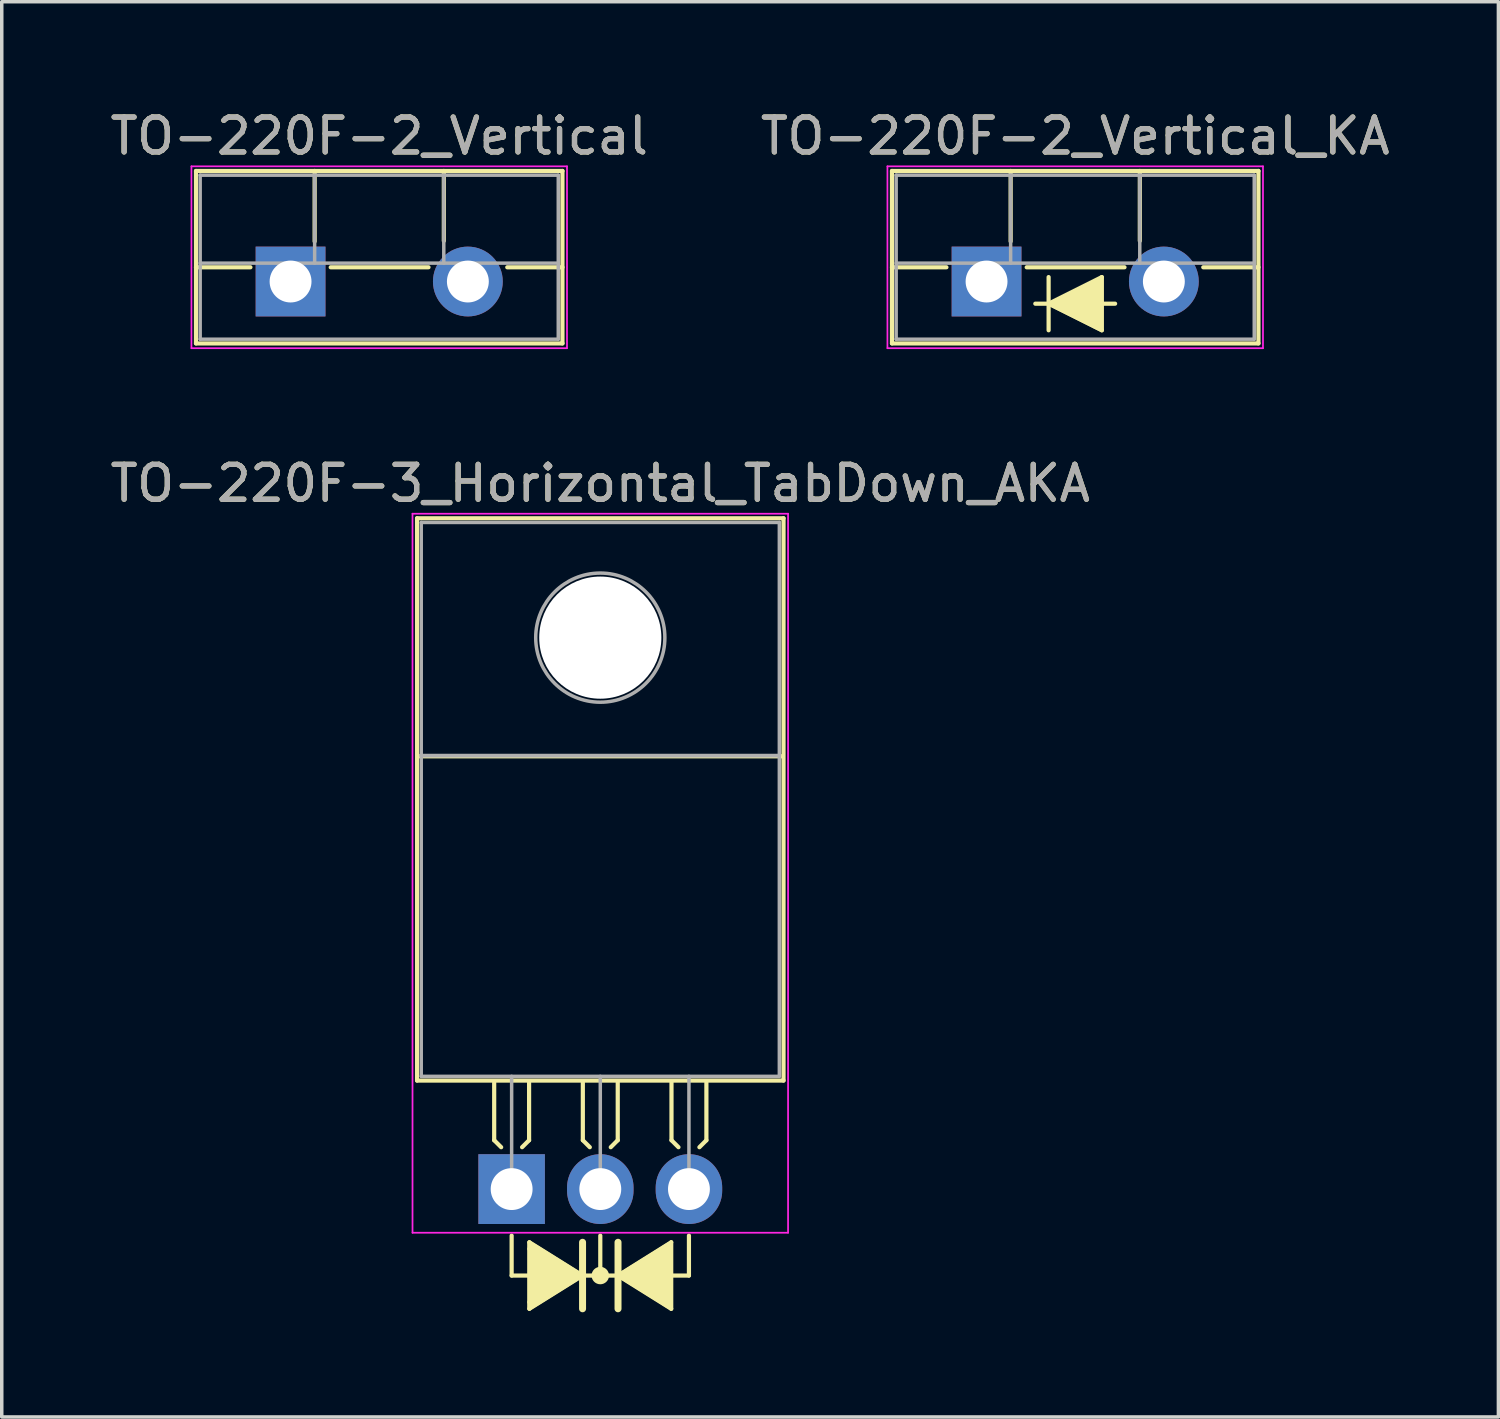
<source format=kicad_pcb>
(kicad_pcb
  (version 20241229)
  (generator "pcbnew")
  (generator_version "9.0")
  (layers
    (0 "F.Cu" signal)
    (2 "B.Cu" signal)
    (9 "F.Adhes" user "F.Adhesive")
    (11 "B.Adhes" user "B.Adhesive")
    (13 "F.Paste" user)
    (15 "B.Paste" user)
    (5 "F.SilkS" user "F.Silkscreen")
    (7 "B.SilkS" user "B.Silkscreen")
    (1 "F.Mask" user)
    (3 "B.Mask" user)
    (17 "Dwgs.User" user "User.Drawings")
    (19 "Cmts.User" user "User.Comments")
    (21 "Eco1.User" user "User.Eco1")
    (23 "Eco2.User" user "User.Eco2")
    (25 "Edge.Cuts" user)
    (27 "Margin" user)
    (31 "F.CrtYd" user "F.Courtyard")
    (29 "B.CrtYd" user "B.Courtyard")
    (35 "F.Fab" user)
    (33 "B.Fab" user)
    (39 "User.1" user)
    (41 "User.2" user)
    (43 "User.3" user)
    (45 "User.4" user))
  (footprint "TO-220F-2_Vertical"
    (layer "F.Cu")
    (at 5.275 5.016)
    (property "Reference" "TO-220F-2_Vertical" (at 2.54 -4.168 0) (layer "F.SilkS") (effects (font (size 1 1) (thickness 0.15))))
    (attr through_hole)
    (fp_line (start -2.71 -3.168) (end -2.71 1.773) (stroke (width 0.12) (type solid)) (layer "F.SilkS"))
    (fp_line (start -2.71 -3.168) (end 7.79 -3.168) (stroke (width 0.12) (type solid)) (layer "F.SilkS"))
    (fp_line (start -2.71 -0.408) (end -1.15 -0.408) (stroke (width 0.12) (type solid)) (layer "F.SilkS"))
    (fp_line (start -2.71 1.773) (end 7.79 1.773) (stroke (width 0.12) (type solid)) (layer "F.SilkS"))
    (fp_line (start 0.69 -3.168) (end 0.69 -1.15) (stroke (width 0.12) (type solid)) (layer "F.SilkS"))
    (fp_line (start 1.15 -0.408) (end 3.952 -0.408) (stroke (width 0.12) (type solid)) (layer "F.SilkS"))
    (fp_line (start 4.391 -3.168) (end 4.391 -1.165) (stroke (width 0.12) (type solid)) (layer "F.SilkS"))
    (fp_line (start 6.209 -0.408) (end 7.79 -0.408) (stroke (width 0.12) (type solid)) (layer "F.SilkS"))
    (fp_line (start 7.79 -3.168) (end 7.79 1.773) (stroke (width 0.12) (type solid)) (layer "F.SilkS"))
    (fp_line (start -2.84 -3.3) (end -2.84 1.91) (stroke (width 0.05) (type solid)) (layer "F.CrtYd"))
    (fp_line (start -2.84 1.91) (end 7.92 1.91) (stroke (width 0.05) (type solid)) (layer "F.CrtYd"))
    (fp_line (start 7.92 -3.3) (end -2.84 -3.3) (stroke (width 0.05) (type solid)) (layer "F.CrtYd"))
    (fp_line (start 7.92 1.91) (end 7.92 -3.3) (stroke (width 0.05) (type solid)) (layer "F.CrtYd"))
    (fp_line (start -2.59 -3.047) (end -2.59 1.653) (stroke (width 0.1) (type solid)) (layer "F.Fab"))
    (fp_line (start -2.59 -0.527) (end 7.67 -0.527) (stroke (width 0.1) (type solid)) (layer "F.Fab"))
    (fp_line (start -2.59 1.653) (end 7.67 1.653) (stroke (width 0.1) (type solid)) (layer "F.Fab"))
    (fp_line (start 0.69 -3.047) (end 0.69 -0.527) (stroke (width 0.1) (type solid)) (layer "F.Fab"))
    (fp_line (start 4.39 -3.047) (end 4.39 -0.527) (stroke (width 0.1) (type solid)) (layer "F.Fab"))
    (fp_line (start 7.67 -3.047) (end -2.59 -3.047) (stroke (width 0.1) (type solid)) (layer "F.Fab"))
    (fp_line (start 7.67 1.653) (end 7.67 -3.047) (stroke (width 0.1) (type solid)) (layer "F.Fab"))
    (fp_text user "${REFERENCE}" (at 2.54 -4.168 0) (layer "F.Fab") (effects (font (size 1 1) (thickness 0.15))))
    (pad "1" thru_hole rect (at 0 0) (size 2 2) (drill 1.2) (layers "*.Cu" "*.Mask"))
    (pad "2" thru_hole oval (at 5.08 0) (size 2 2) (drill 1.2) (layers "*.Cu" "*.Mask")))
  (footprint "TO-220F-2_Vertical_KA"
    (layer "F.Cu")
    (at 25.216 5.016)
    (property "Reference" "TO-220F-2_Vertical_KA" (at 2.54 -4.168 0) (layer "F.SilkS") (effects (font (size 1 1) (thickness 0.15))))
    (attr through_hole)
    (fp_line (start -2.71 -3.168) (end -2.71 1.773) (stroke (width 0.12) (type solid)) (layer "F.SilkS"))
    (fp_line (start -2.71 -3.168) (end 7.79 -3.168) (stroke (width 0.12) (type solid)) (layer "F.SilkS"))
    (fp_line (start -2.71 -0.408) (end -1.15 -0.408) (stroke (width 0.12) (type solid)) (layer "F.SilkS"))
    (fp_line (start -2.71 1.773) (end 7.79 1.773) (stroke (width 0.12) (type solid)) (layer "F.SilkS"))
    (fp_line (start 0.69 -3.168) (end 0.69 -1.15) (stroke (width 0.12) (type solid)) (layer "F.SilkS"))
    (fp_line (start 1.15 -0.408) (end 3.952 -0.408) (stroke (width 0.12) (type solid)) (layer "F.SilkS"))
    (fp_line (start 1.397 0.635) (end 1.778 0.635) (stroke (width 0.12) (type solid)) (layer "F.SilkS"))
    (fp_line (start 1.778 0.635) (end 1.778 -0.127) (stroke (width 0.12) (type solid)) (layer "F.SilkS"))
    (fp_line (start 1.778 0.635) (end 1.778 1.397) (stroke (width 0.12) (type solid)) (layer "F.SilkS"))
    (fp_line (start 1.778 0.635) (end 3.302 1.397) (stroke (width 0.12) (type solid)) (layer "F.SilkS"))
    (fp_line (start 3.302 -0.127) (end 1.778 0.635) (stroke (width 0.12) (type solid)) (layer "F.SilkS"))
    (fp_line (start 3.302 0.635) (end 3.683 0.635) (stroke (width 0.12) (type solid)) (layer "F.SilkS"))
    (fp_line (start 3.302 1.397) (end 3.302 -0.127) (stroke (width 0.12) (type solid)) (layer "F.SilkS"))
    (fp_line (start 4.391 -3.168) (end 4.391 -1.165) (stroke (width 0.12) (type solid)) (layer "F.SilkS"))
    (fp_line (start 6.209 -0.408) (end 7.79 -0.408) (stroke (width 0.12) (type solid)) (layer "F.SilkS"))
    (fp_line (start 7.79 -3.168) (end 7.79 1.773) (stroke (width 0.12) (type solid)) (layer "F.SilkS"))
    (fp_poly (pts (xy 3.3 1.4) (xy 1.8 0.65) (xy 3.3 -0.1)) (stroke (width 0.1) (type solid)) (fill yes) (layer "F.SilkS"))
    (fp_line (start -2.84 -3.3) (end -2.84 1.91) (stroke (width 0.05) (type solid)) (layer "F.CrtYd"))
    (fp_line (start -2.84 1.91) (end 7.92 1.91) (stroke (width 0.05) (type solid)) (layer "F.CrtYd"))
    (fp_line (start 7.92 -3.3) (end -2.84 -3.3) (stroke (width 0.05) (type solid)) (layer "F.CrtYd"))
    (fp_line (start 7.92 1.91) (end 7.92 -3.3) (stroke (width 0.05) (type solid)) (layer "F.CrtYd"))
    (fp_line (start -2.59 -3.047) (end -2.59 1.653) (stroke (width 0.1) (type solid)) (layer "F.Fab"))
    (fp_line (start -2.59 -0.527) (end 7.67 -0.527) (stroke (width 0.1) (type solid)) (layer "F.Fab"))
    (fp_line (start -2.59 1.653) (end 7.67 1.653) (stroke (width 0.1) (type solid)) (layer "F.Fab"))
    (fp_line (start 0.69 -3.047) (end 0.69 -0.527) (stroke (width 0.1) (type solid)) (layer "F.Fab"))
    (fp_line (start 4.39 -3.047) (end 4.39 -0.527) (stroke (width 0.1) (type solid)) (layer "F.Fab"))
    (fp_line (start 7.67 -3.047) (end -2.59 -3.047) (stroke (width 0.1) (type solid)) (layer "F.Fab"))
    (fp_line (start 7.67 1.653) (end 7.67 -3.047) (stroke (width 0.1) (type solid)) (layer "F.Fab"))
    (fp_text user "${REFERENCE}" (at 2.54 -4.168 0) (layer "F.Fab") (effects (font (size 1 1) (thickness 0.15))))
    (pad "1" thru_hole rect (at 0 0) (size 2 2) (drill 1.2) (layers "*.Cu" "*.Mask"))
    (pad "2" thru_hole oval (at 5.08 0) (size 2 2) (drill 1.2) (layers "*.Cu" "*.Mask")))
  (footprint "TO-220F-3_Horizontal_TabDown_AKA"
    (layer "F.Cu")
    (at 11.609 31.019)
    (property "Reference" "TO-220F-3_Horizontal_TabDown_AKA" (at 2.54 -20.22 0) (layer "F.SilkS") (effects (font (size 1 1) (thickness 0.15))))
    (attr through_hole)
    (fp_line (start -2.71 -19.22) (end -2.71 -3.11) (stroke (width 0.12) (type solid)) (layer "F.SilkS"))
    (fp_line (start -2.71 -19.22) (end 7.79 -19.22) (stroke (width 0.12) (type solid)) (layer "F.SilkS"))
    (fp_line (start -2.71 -3.11) (end 7.79 -3.11) (stroke (width 0.12) (type solid)) (layer "F.SilkS"))
    (fp_line (start -2.7 -12.4) (end 7.75 -12.4) (stroke (width 0.12) (type solid)) (layer "F.SilkS"))
    (fp_line (start -0.5 -3.048) (end -0.5 -1.4) (stroke (width 0.12) (type solid)) (layer "F.SilkS"))
    (fp_line (start -0.5 -1.4) (end -0.3 -1.2) (stroke (width 0.12) (type solid)) (layer "F.SilkS"))
    (fp_line (start 0 1.333) (end 0 2.477) (stroke (width 0.12) (type solid)) (layer "F.SilkS"))
    (fp_line (start 0 2.477) (end 0.508 2.477) (stroke (width 0.12) (type solid)) (layer "F.SilkS"))
    (fp_line (start 0.5 -3.048) (end 0.5 -1.4) (stroke (width 0.12) (type solid)) (layer "F.SilkS"))
    (fp_line (start 0.5 -1.4) (end 0.3 -1.2) (stroke (width 0.12) (type solid)) (layer "F.SilkS"))
    (fp_line (start 0.508 1.714) (end 0.508 1.524) (stroke (width 0.12) (type solid)) (layer "F.SilkS"))
    (fp_line (start 0.508 1.714) (end 0.508 3.239) (stroke (width 0.12) (type solid)) (layer "F.SilkS"))
    (fp_line (start 0.508 3.239) (end 0.508 3.429) (stroke (width 0.12) (type solid)) (layer "F.SilkS"))
    (fp_line (start 2.032 2.477) (end 0.508 1.524) (stroke (width 0.12) (type solid)) (layer "F.SilkS"))
    (fp_line (start 2.032 2.477) (end 0.508 3.429) (stroke (width 0.12) (type solid)) (layer "F.SilkS"))
    (fp_line (start 2.032 3.429) (end 2.032 1.524) (stroke (width 0.2) (type solid)) (layer "F.SilkS"))
    (fp_line (start 2.04 -3.048) (end 2.04 -1.4) (stroke (width 0.12) (type solid)) (layer "F.SilkS"))
    (fp_line (start 2.04 -1.4) (end 2.24 -1.2) (stroke (width 0.12) (type solid)) (layer "F.SilkS"))
    (fp_line (start 2.54 1.333) (end 2.54 2.477) (stroke (width 0.12) (type solid)) (layer "F.SilkS"))
    (fp_line (start 2.54 2.477) (end 2.032 2.477) (stroke (width 0.12) (type solid)) (layer "F.SilkS"))
    (fp_line (start 2.54 2.477) (end 3.048 2.477) (stroke (width 0.12) (type solid)) (layer "F.SilkS"))
    (fp_line (start 3.04 -3.048) (end 3.04 -1.4) (stroke (width 0.12) (type solid)) (layer "F.SilkS"))
    (fp_line (start 3.04 -1.4) (end 2.84 -1.2) (stroke (width 0.12) (type solid)) (layer "F.SilkS"))
    (fp_line (start 3.048 1.524) (end 3.048 3.429) (stroke (width 0.2) (type solid)) (layer "F.SilkS"))
    (fp_line (start 3.048 2.477) (end 4.572 3.429) (stroke (width 0.12) (type solid)) (layer "F.SilkS"))
    (fp_line (start 4.572 1.524) (end 3.048 2.477) (stroke (width 0.12) (type solid)) (layer "F.SilkS"))
    (fp_line (start 4.572 3.429) (end 4.572 1.524) (stroke (width 0.12) (type solid)) (layer "F.SilkS"))
    (fp_line (start 4.58 -3.048) (end 4.58 -1.4) (stroke (width 0.12) (type solid)) (layer "F.SilkS"))
    (fp_line (start 4.58 -1.4) (end 4.78 -1.2) (stroke (width 0.12) (type solid)) (layer "F.SilkS"))
    (fp_line (start 5.08 1.333) (end 5.08 2.477) (stroke (width 0.12) (type solid)) (layer "F.SilkS"))
    (fp_line (start 5.08 2.477) (end 4.572 2.477) (stroke (width 0.12) (type solid)) (layer "F.SilkS"))
    (fp_line (start 5.58 -3.048) (end 5.58 -1.4) (stroke (width 0.12) (type solid)) (layer "F.SilkS"))
    (fp_line (start 5.58 -1.4) (end 5.38 -1.2) (stroke (width 0.12) (type solid)) (layer "F.SilkS"))
    (fp_line (start 7.79 -19.22) (end 7.79 -3.11) (stroke (width 0.12) (type solid)) (layer "F.SilkS"))
    (fp_circle (center 2.54 2.477) (end 2.54 2.54) (stroke (width 0.12) (type solid)) (fill no) (layer "F.SilkS"))
    (fp_circle (center 2.54 2.477) (end 2.54 2.603) (stroke (width 0.12) (type solid)) (fill no) (layer "F.SilkS"))
    (fp_circle (center 2.54 2.477) (end 2.54 2.667) (stroke (width 0.12) (type solid)) (fill no) (layer "F.SilkS"))
    (fp_poly (pts (xy 2.032 2.477) (xy 0.508 3.429) (xy 0.508 1.524)) (stroke (width 0.1) (type solid)) (fill yes) (layer "F.SilkS"))
    (fp_poly (pts (xy 4.572 3.429) (xy 3.048 2.477) (xy 4.572 1.524)) (stroke (width 0.1) (type solid)) (fill yes) (layer "F.SilkS"))
    (fp_line (start -2.84 -19.35) (end -2.84 1.25) (stroke (width 0.05) (type solid)) (layer "F.CrtYd"))
    (fp_line (start -2.84 1.25) (end 7.92 1.25) (stroke (width 0.05) (type solid)) (layer "F.CrtYd"))
    (fp_line (start 7.92 -19.35) (end -2.84 -19.35) (stroke (width 0.05) (type solid)) (layer "F.CrtYd"))
    (fp_line (start 7.92 1.25) (end 7.92 -19.35) (stroke (width 0.05) (type solid)) (layer "F.CrtYd"))
    (fp_line (start -2.59 -19.1) (end 7.67 -19.1) (stroke (width 0.1) (type solid)) (layer "F.Fab"))
    (fp_line (start -2.59 -12.42) (end -2.59 -19.1) (stroke (width 0.1) (type solid)) (layer "F.Fab"))
    (fp_line (start -2.59 -12.42) (end 7.67 -12.42) (stroke (width 0.1) (type solid)) (layer "F.Fab"))
    (fp_line (start -2.59 -3.23) (end -2.59 -12.42) (stroke (width 0.1) (type solid)) (layer "F.Fab"))
    (fp_line (start 0 -3.23) (end 0 0) (stroke (width 0.1) (type solid)) (layer "F.Fab"))
    (fp_line (start 2.54 -3.23) (end 2.54 0) (stroke (width 0.1) (type solid)) (layer "F.Fab"))
    (fp_line (start 5.08 -3.23) (end 5.08 0) (stroke (width 0.1) (type solid)) (layer "F.Fab"))
    (fp_line (start 7.67 -19.1) (end 7.67 -12.42) (stroke (width 0.1) (type solid)) (layer "F.Fab"))
    (fp_line (start 7.67 -12.42) (end -2.59 -12.42) (stroke (width 0.1) (type solid)) (layer "F.Fab"))
    (fp_line (start 7.67 -12.42) (end 7.67 -3.23) (stroke (width 0.1) (type solid)) (layer "F.Fab"))
    (fp_line (start 7.67 -3.23) (end -2.59 -3.23) (stroke (width 0.1) (type solid)) (layer "F.Fab"))
    (fp_circle (center 2.54 -15.8) (end 4.39 -15.8) (stroke (width 0.1) (type solid)) (fill no) (layer "F.Fab"))
    (fp_text user "${REFERENCE}" (at 2.54 -20.22 0) (layer "F.Fab") (effects (font (size 1 1) (thickness 0.15))))
    (pad "" np_thru_hole oval (at 2.54 -15.8) (size 3.5 3.5) (drill 3.5) (layers "*.Cu" "*.Mask"))
    (pad "1" thru_hole rect (at 0 0) (size 1.905 2) (drill 1.2) (layers "*.Cu" "*.Mask"))
    (pad "2" thru_hole oval (at 2.54 0) (size 1.905 2) (drill 1.2) (layers "*.Cu" "*.Mask"))
    (pad "3" thru_hole oval (at 5.08 0) (size 1.905 2) (drill 1.2) (layers "*.Cu" "*.Mask")))
  (gr_rect
    (start -3 -3)
    (end 39.881 37.548)
    (stroke (width 0.1) (type default))
    (fill no)
    (layer "Edge.Cuts")))
</source>
